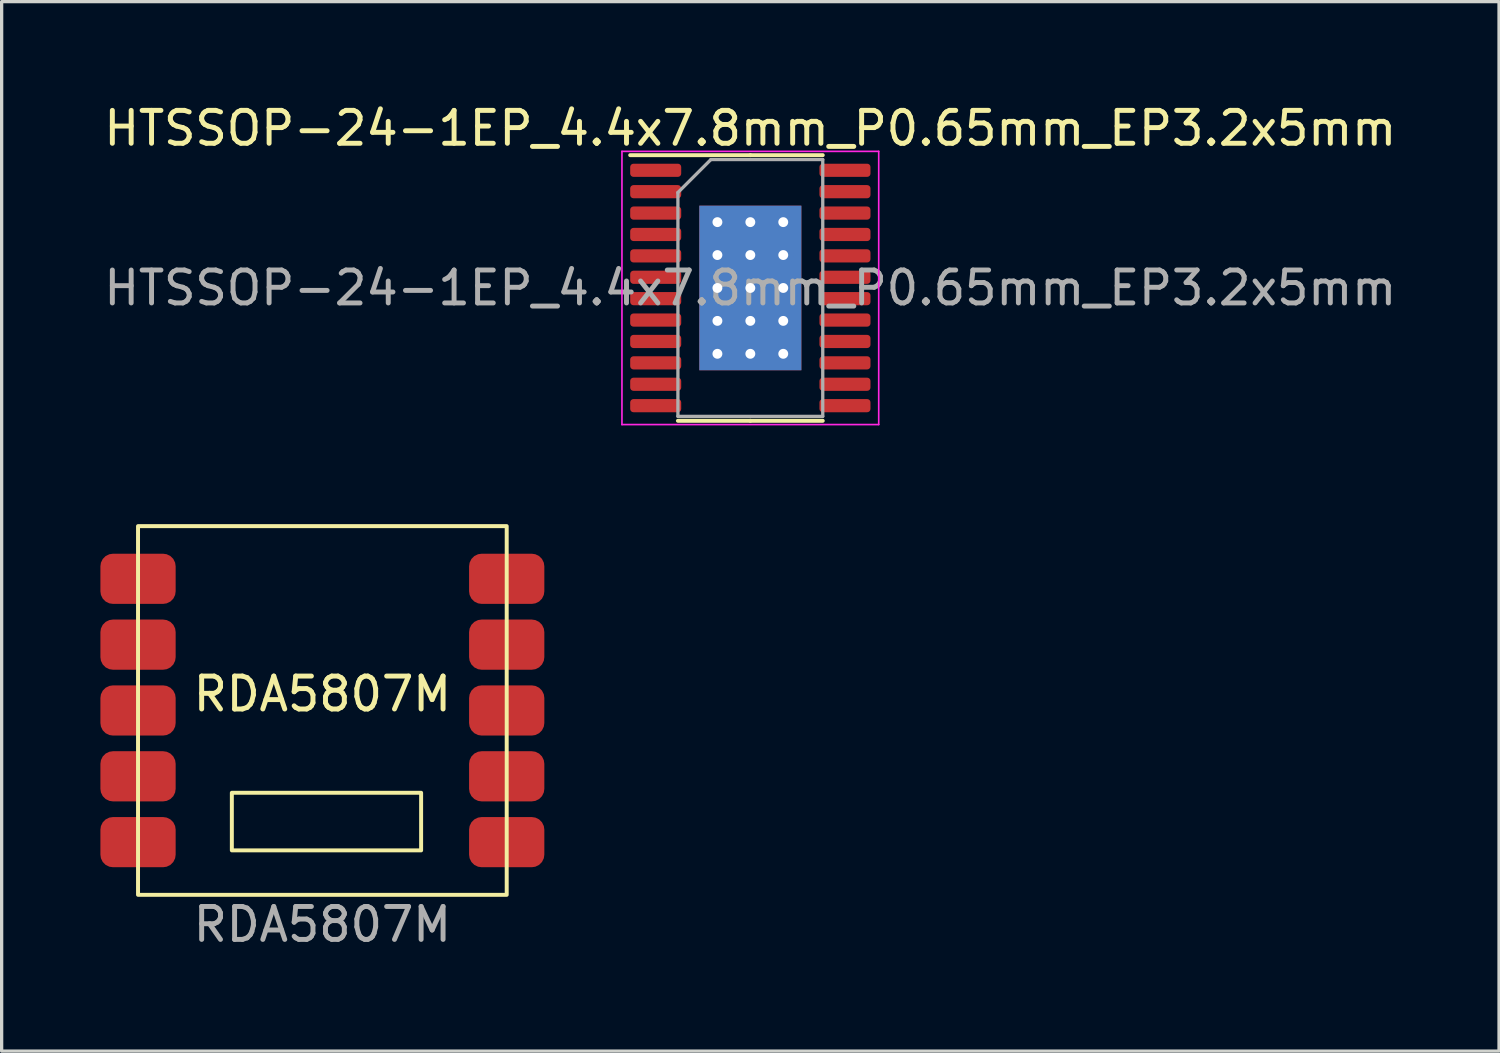
<source format=kicad_pcb>
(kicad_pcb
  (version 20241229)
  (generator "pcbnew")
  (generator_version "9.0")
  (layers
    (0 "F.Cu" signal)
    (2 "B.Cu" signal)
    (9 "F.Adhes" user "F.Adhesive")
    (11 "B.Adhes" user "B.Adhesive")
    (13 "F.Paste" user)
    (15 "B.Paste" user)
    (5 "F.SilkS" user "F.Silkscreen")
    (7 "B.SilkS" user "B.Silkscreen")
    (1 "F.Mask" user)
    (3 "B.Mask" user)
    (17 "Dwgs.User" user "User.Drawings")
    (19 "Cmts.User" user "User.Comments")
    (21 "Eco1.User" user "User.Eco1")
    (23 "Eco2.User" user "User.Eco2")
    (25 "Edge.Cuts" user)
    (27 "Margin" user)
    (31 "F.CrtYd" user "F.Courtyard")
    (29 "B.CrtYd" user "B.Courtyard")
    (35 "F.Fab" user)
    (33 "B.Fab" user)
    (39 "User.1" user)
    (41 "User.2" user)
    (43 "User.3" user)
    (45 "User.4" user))
  (footprint "HTSSOP-24-1EP_4.4x7.8mm_P0.65mm_EP3.2x5mm"
    (layer "F.Cu")
    (at 19.744 5.698)
    (property "Reference" "HTSSOP-24-1EP_4.4x7.8mm_P0.65mm_EP3.2x5mm" (at 0 -4.85 0) (layer "F.SilkS") (effects (font (size 1 1) (thickness 0.15))))
    (attr smd)
    (fp_line (start 0 -4.035) (end -3.65 -4.035) (stroke (width 0.12) (type solid)) (layer "F.SilkS"))
    (fp_line (start 0 -4.035) (end 2.2 -4.035) (stroke (width 0.12) (type solid)) (layer "F.SilkS"))
    (fp_line (start 0 4.035) (end -2.2 4.035) (stroke (width 0.12) (type solid)) (layer "F.SilkS"))
    (fp_line (start 0 4.035) (end 2.2 4.035) (stroke (width 0.12) (type solid)) (layer "F.SilkS"))
    (fp_line (start -3.9 -4.15) (end -3.9 4.15) (stroke (width 0.05) (type solid)) (layer "F.CrtYd"))
    (fp_line (start -3.9 4.15) (end 3.9 4.15) (stroke (width 0.05) (type solid)) (layer "F.CrtYd"))
    (fp_line (start 3.9 -4.15) (end -3.9 -4.15) (stroke (width 0.05) (type solid)) (layer "F.CrtYd"))
    (fp_line (start 3.9 4.15) (end 3.9 -4.15) (stroke (width 0.05) (type solid)) (layer "F.CrtYd"))
    (fp_line (start -2.2 -2.9) (end -1.2 -3.9) (stroke (width 0.1) (type solid)) (layer "F.Fab"))
    (fp_line (start -2.2 3.9) (end -2.2 -2.9) (stroke (width 0.1) (type solid)) (layer "F.Fab"))
    (fp_line (start -1.2 -3.9) (end 2.2 -3.9) (stroke (width 0.1) (type solid)) (layer "F.Fab"))
    (fp_line (start 2.2 -3.9) (end 2.2 3.9) (stroke (width 0.1) (type solid)) (layer "F.Fab"))
    (fp_line (start 2.2 3.9) (end -2.2 3.9) (stroke (width 0.1) (type solid)) (layer "F.Fab"))
    (fp_text user "${REFERENCE}" (at 0 0 0) (layer "F.Fab") (effects (font (size 1 1) (thickness 0.15))))
    (pad "" smd roundrect (at -0.8 -1.67) (size 1.29 1.34) (layers "F.Paste") (roundrect_rratio 0.194))
    (pad "" smd roundrect (at -0.8 0) (size 1.29 1.34) (layers "F.Paste") (roundrect_rratio 0.194))
    (pad "" smd roundrect (at -0.8 1.67) (size 1.29 1.34) (layers "F.Paste") (roundrect_rratio 0.194))
    (pad "" smd roundrect (at 0.8 -1.67) (size 1.29 1.34) (layers "F.Paste") (roundrect_rratio 0.194))
    (pad "" smd roundrect (at 0.8 0) (size 1.29 1.34) (layers "F.Paste") (roundrect_rratio 0.194))
    (pad "" smd roundrect (at 0.8 1.67) (size 1.29 1.34) (layers "F.Paste") (roundrect_rratio 0.194))
    (pad "1" smd roundrect (at -2.875 -3.575) (size 1.55 0.4) (layers "F.Cu" "F.Mask" "F.Paste") (roundrect_rratio 0.25))
    (pad "2" smd roundrect (at -2.875 -2.925) (size 1.55 0.4) (layers "F.Cu" "F.Mask" "F.Paste") (roundrect_rratio 0.25))
    (pad "3" smd roundrect (at -2.875 -2.275) (size 1.55 0.4) (layers "F.Cu" "F.Mask" "F.Paste") (roundrect_rratio 0.25))
    (pad "4" smd roundrect (at -2.875 -1.625) (size 1.55 0.4) (layers "F.Cu" "F.Mask" "F.Paste") (roundrect_rratio 0.25))
    (pad "5" smd roundrect (at -2.875 -0.975) (size 1.55 0.4) (layers "F.Cu" "F.Mask" "F.Paste") (roundrect_rratio 0.25))
    (pad "6" smd roundrect (at -2.875 -0.325) (size 1.55 0.4) (layers "F.Cu" "F.Mask" "F.Paste") (roundrect_rratio 0.25))
    (pad "7" smd roundrect (at -2.875 0.325) (size 1.55 0.4) (layers "F.Cu" "F.Mask" "F.Paste") (roundrect_rratio 0.25))
    (pad "8" smd roundrect (at -2.875 0.975) (size 1.55 0.4) (layers "F.Cu" "F.Mask" "F.Paste") (roundrect_rratio 0.25))
    (pad "9" smd roundrect (at -2.875 1.625) (size 1.55 0.4) (layers "F.Cu" "F.Mask" "F.Paste") (roundrect_rratio 0.25))
    (pad "10" smd roundrect (at -2.875 2.275) (size 1.55 0.4) (layers "F.Cu" "F.Mask" "F.Paste") (roundrect_rratio 0.25))
    (pad "11" smd roundrect (at -2.875 2.925) (size 1.55 0.4) (layers "F.Cu" "F.Mask" "F.Paste") (roundrect_rratio 0.25))
    (pad "12" smd roundrect (at -2.875 3.575) (size 1.55 0.4) (layers "F.Cu" "F.Mask" "F.Paste") (roundrect_rratio 0.25))
    (pad "13" smd roundrect (at 2.875 3.575) (size 1.55 0.4) (layers "F.Cu" "F.Mask" "F.Paste") (roundrect_rratio 0.25))
    (pad "14" smd roundrect (at 2.875 2.925) (size 1.55 0.4) (layers "F.Cu" "F.Mask" "F.Paste") (roundrect_rratio 0.25))
    (pad "15" smd roundrect (at 2.875 2.275) (size 1.55 0.4) (layers "F.Cu" "F.Mask" "F.Paste") (roundrect_rratio 0.25))
    (pad "16" smd roundrect (at 2.875 1.625) (size 1.55 0.4) (layers "F.Cu" "F.Mask" "F.Paste") (roundrect_rratio 0.25))
    (pad "17" smd roundrect (at 2.875 0.975) (size 1.55 0.4) (layers "F.Cu" "F.Mask" "F.Paste") (roundrect_rratio 0.25))
    (pad "18" smd roundrect (at 2.875 0.325) (size 1.55 0.4) (layers "F.Cu" "F.Mask" "F.Paste") (roundrect_rratio 0.25))
    (pad "19" smd roundrect (at 2.875 -0.325) (size 1.55 0.4) (layers "F.Cu" "F.Mask" "F.Paste") (roundrect_rratio 0.25))
    (pad "20" smd roundrect (at 2.875 -0.975) (size 1.55 0.4) (layers "F.Cu" "F.Mask" "F.Paste") (roundrect_rratio 0.25))
    (pad "21" smd roundrect (at 2.875 -1.625) (size 1.55 0.4) (layers "F.Cu" "F.Mask" "F.Paste") (roundrect_rratio 0.25))
    (pad "22" smd roundrect (at 2.875 -2.275) (size 1.55 0.4) (layers "F.Cu" "F.Mask" "F.Paste") (roundrect_rratio 0.25))
    (pad "23" smd roundrect (at 2.875 -2.925) (size 1.55 0.4) (layers "F.Cu" "F.Mask" "F.Paste") (roundrect_rratio 0.25))
    (pad "24" smd roundrect (at 2.875 -3.575) (size 1.55 0.4) (layers "F.Cu" "F.Mask" "F.Paste") (roundrect_rratio 0.25))
    (pad "25" thru_hole circle (at -1 -2) (size 0.6 0.6) (drill 0.3) (layers "*.Cu"))
    (pad "25" thru_hole circle (at -1 -1) (size 0.6 0.6) (drill 0.3) (layers "*.Cu"))
    (pad "25" thru_hole circle (at -1 0) (size 0.6 0.6) (drill 0.3) (layers "*.Cu"))
    (pad "25" thru_hole circle (at -1 1) (size 0.6 0.6) (drill 0.3) (layers "*.Cu"))
    (pad "25" thru_hole circle (at -1 2) (size 0.6 0.6) (drill 0.3) (layers "*.Cu"))
    (pad "25" thru_hole circle (at 0 -2) (size 0.6 0.6) (drill 0.3) (layers "*.Cu"))
    (pad "25" thru_hole circle (at 0 -1) (size 0.6 0.6) (drill 0.3) (layers "*.Cu"))
    (pad "25" thru_hole circle (at 0 0) (size 0.6 0.6) (drill 0.3) (layers "*.Cu"))
    (pad "25" smd rect (at 0 0) (size 3.1 5) (layers "F.Cu" "F.Mask"))
    (pad "25" smd rect (at 0 0) (size 3.1 5) (layers "B.Cu"))
    (pad "25" thru_hole circle (at 0 1) (size 0.6 0.6) (drill 0.3) (layers "*.Cu"))
    (pad "25" thru_hole circle (at 0 2) (size 0.6 0.6) (drill 0.3) (layers "*.Cu"))
    (pad "25" thru_hole circle (at 1 -2) (size 0.6 0.6) (drill 0.3) (layers "*.Cu"))
    (pad "25" thru_hole circle (at 1 -1) (size 0.6 0.6) (drill 0.3) (layers "*.Cu"))
    (pad "25" thru_hole circle (at 1 0) (size 0.6 0.6) (drill 0.3) (layers "*.Cu"))
    (pad "25" thru_hole circle (at 1 1) (size 0.6 0.6) (drill 0.3) (layers "*.Cu"))
    (pad "25" thru_hole circle (at 1 2) (size 0.6 0.6) (drill 0.3) (layers "*.Cu")))
  (footprint "RDA5807M"
    (layer "F.Cu")
    (at 6.743 18.533)
    (property "Reference" "RDA5807M" (at 0 -0.5 0) (unlocked yes) (layer "F.SilkS") (effects (font (size 1 1) (thickness 0.15))))
    (attr smd)
    (fp_rect (start -5.6 -5.6) (end 5.6 5.6) (stroke (width 0.12) (type default)) (fill no) (layer "F.SilkS"))
    (fp_rect (start -2.75 2.5) (end 3 4.25) (stroke (width 0.12) (type default)) (fill no) (layer "F.SilkS"))
    (fp_text user "${REFERENCE}" (at 0 6.5 0) (unlocked yes) (layer "F.Fab") (effects (font (size 1 1) (thickness 0.15))))
    (pad "1" smd roundrect (at -5.6 -4) (size 2.286 1.524) (layers "F.Cu" "F.Mask" "F.Paste") (roundrect_rratio 0.25))
    (pad "2" smd roundrect (at -5.6 -2) (size 2.286 1.524) (layers "F.Cu" "F.Mask" "F.Paste") (roundrect_rratio 0.25))
    (pad "3" smd roundrect (at -5.6 0) (size 2.286 1.524) (layers "F.Cu" "F.Mask" "F.Paste") (roundrect_rratio 0.25))
    (pad "4" smd roundrect (at -5.6 2) (size 2.286 1.524) (layers "F.Cu" "F.Mask" "F.Paste") (roundrect_rratio 0.25))
    (pad "5" smd roundrect (at -5.6 4) (size 2.286 1.524) (layers "F.Cu" "F.Mask" "F.Paste") (roundrect_rratio 0.25))
    (pad "6" smd roundrect (at 5.6 4) (size 2.286 1.524) (layers "F.Cu" "F.Mask" "F.Paste") (roundrect_rratio 0.25))
    (pad "7" smd roundrect (at 5.6 2) (size 2.286 1.524) (layers "F.Cu" "F.Mask" "F.Paste") (roundrect_rratio 0.25))
    (pad "8" smd roundrect (at 5.6 0) (size 2.286 1.524) (layers "F.Cu" "F.Mask" "F.Paste") (roundrect_rratio 0.25))
    (pad "9" smd roundrect (at 5.6 -2) (size 2.286 1.524) (layers "F.Cu" "F.Mask" "F.Paste") (roundrect_rratio 0.25))
    (pad "10" smd roundrect (at 5.6 -4) (size 2.286 1.524) (layers "F.Cu" "F.Mask" "F.Paste") (roundrect_rratio 0.25)))
  (gr_rect
    (start -3 -3)
    (end 42.488 28.881)
    (stroke (width 0.1) (type default))
    (fill no)
    (layer "Edge.Cuts")))
</source>
